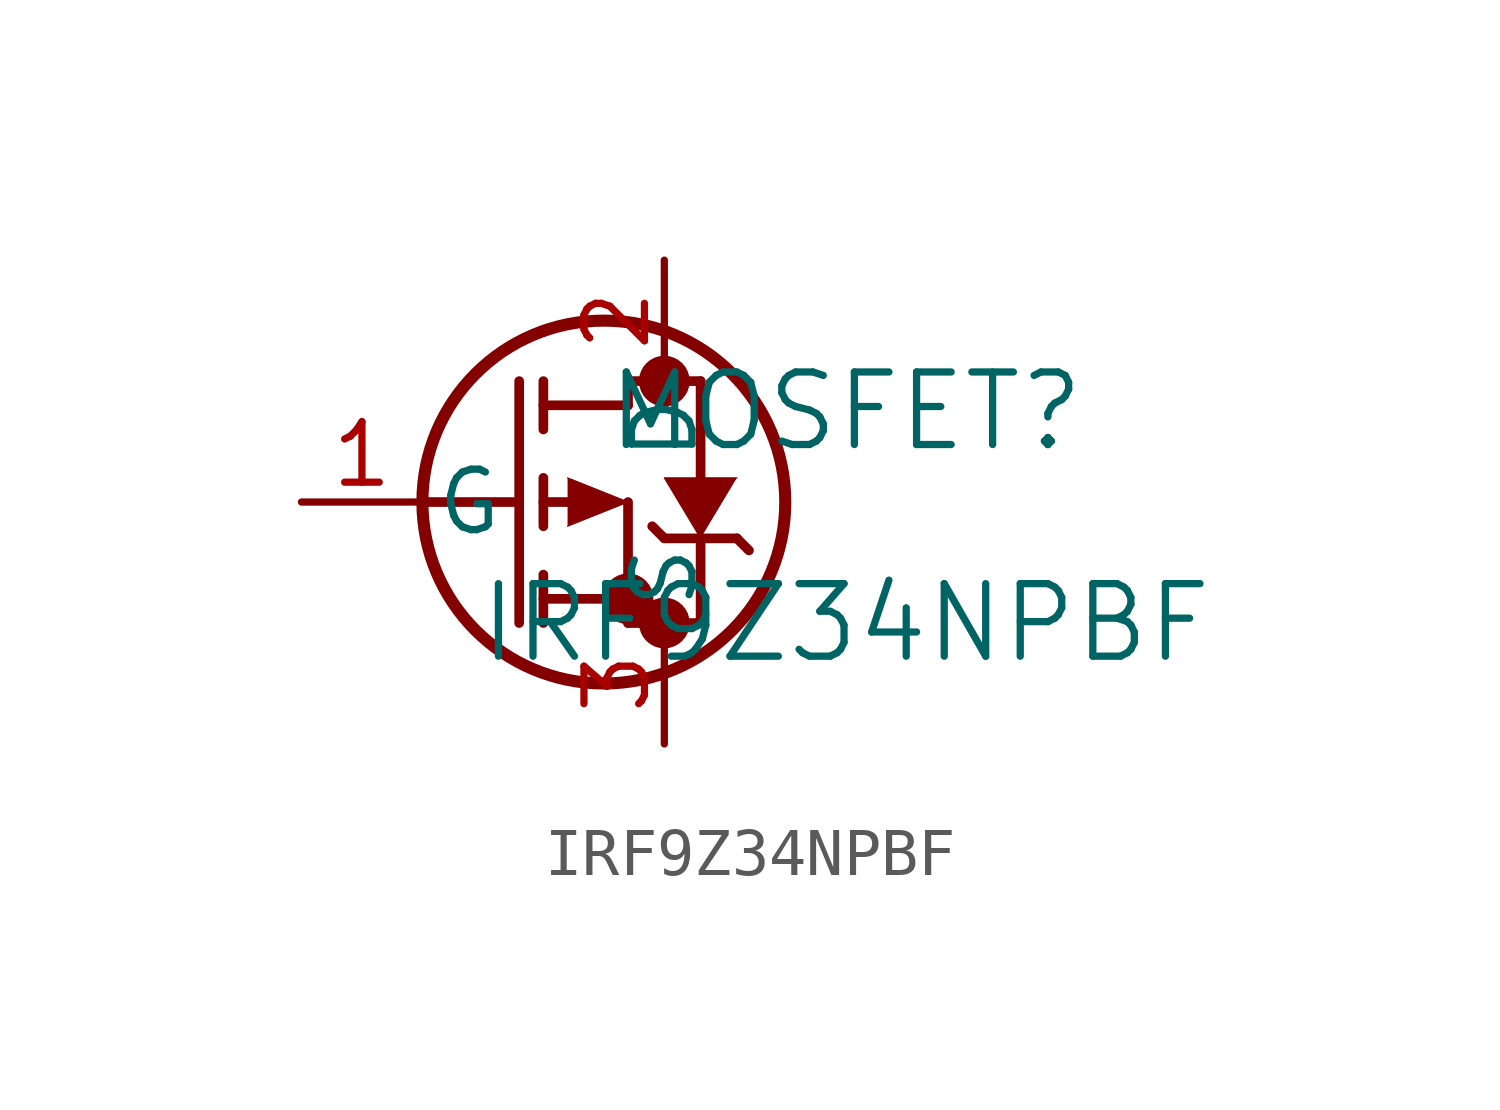
<source format=kicad_sym>
(kicad_symbol_lib
  (version 20211014)
  (generator kicad_symbol_editor)
  (symbol "IRF9Z34NPBF"
    (pin_names
      (offset 0.254))
    (property "Reference" "MOSFET"
      (at 11.43 1.905 0)
      (effects (font (size 1.524 1.524))))
    (property "Value" "IRF9Z34NPBF"
      (at 11.43 -2.54 0)
      (effects (font (size 1.524 1.524))))
    (symbol "IRF9Z34NPBF_0_1"
      (circle (center 7.62 2.54) (radius 0.025) (stroke (width 0.508) (type default) (color 0 0 0 0)) (fill (type none)))
      (circle (center 7.62 -2.54) (radius 0.025) (stroke (width 0.508) (type default) (color 0 0 0 0)) (fill (type none)))
      (circle (center 6.858 -2.032) (radius 0.025) (stroke (width 0.508) (type default) (color 0 0 0 0)) (fill (type none)))
      (circle (center 6.35 0) (radius 3.81) (stroke (width 0.254) (type default) (color 0 0 0 0)) (fill (type none)))
      (polyline (pts (xy 2.54 0) (xy 4.445 0)) (stroke (width 0.203) (type default) (color 0 0 0 0)) (fill (type none)))
      (polyline (pts (xy 4.572 -2.54) (xy 4.572 2.54)) (stroke (width 0.203) (type default) (color 0 0 0 0)) (fill (type none)))
      (polyline (pts (xy 5.08 -0.508) (xy 5.08 0.508)) (stroke (width 0.203) (type default) (color 0 0 0 0)) (fill (type none)))
      (polyline (pts (xy 5.08 -2.54) (xy 5.08 -1.524)) (stroke (width 0.203) (type default) (color 0 0 0 0)) (fill (type none)))
      (polyline (pts (xy 5.08 1.524) (xy 5.08 2.54)) (stroke (width 0.203) (type default) (color 0 0 0 0)) (fill (type none)))
      (polyline (pts (xy 5.588 0) (xy 5.08 0)) (stroke (width 0.203) (type default) (color 0 0 0 0)) (fill (type none)))
      (polyline (pts (xy 5.08 -2.032) (xy 6.858 -2.032)) (stroke (width 0.203) (type default) (color 0 0 0 0)) (fill (type none)))
      (polyline (pts (xy 6.858 -2.54) (xy 6.858 0)) (stroke (width 0.203) (type default) (color 0 0 0 0)) (fill (type none)))
      (polyline (pts (xy 6.858 -2.54) (xy 8.382 -2.54)) (stroke (width 0.203) (type default) (color 0 0 0 0)) (fill (type none)))
      (polyline (pts (xy 5.08 2.032) (xy 6.858 2.032)) (stroke (width 0.203) (type default) (color 0 0 0 0)) (fill (type none)))
      (polyline (pts (xy 8.382 0.508) (xy 8.382 2.54)) (stroke (width 0.203) (type default) (color 0 0 0 0)) (fill (type none)))
      (polyline (pts (xy 5.588 0.508) (xy 6.858 0) (xy 5.588 -0.508)) (stroke (width 0.025) (type default) (color 0 0 0 0)) (fill (type outline)))
      (polyline (pts (xy 7.366 -0.508) (xy 7.62 -0.762)) (stroke (width 0.203) (type default) (color 0 0 0 0)) (fill (type none)))
      (polyline (pts (xy 8.382 -2.54) (xy 8.382 -0.762)) (stroke (width 0.203) (type default) (color 0 0 0 0)) (fill (type none)))
      (polyline (pts (xy 9.144 -0.762) (xy 7.62 -0.762)) (stroke (width 0.203) (type default) (color 0 0 0 0)) (fill (type none)))
      (polyline (pts (xy 6.858 2.54) (xy 8.382 2.54)) (stroke (width 0.203) (type default) (color 0 0 0 0)) (fill (type none)))
      (polyline (pts (xy 6.858 2.032) (xy 6.858 2.54)) (stroke (width 0.203) (type default) (color 0 0 0 0)) (fill (type none)))
      (polyline (pts (xy 9.398 -1.016) (xy 9.144 -0.762)) (stroke (width 0.203) (type default) (color 0 0 0 0)) (fill (type none)))
      (polyline (pts (xy 9.144 0.508) (xy 7.62 0.508) (xy 8.382 -0.762)) (stroke (width 0.025) (type default) (color 0 0 0 0)) (fill (type outline)))
      (pin unspecified line (at 0 0 0) (length 2.54) (name "G" (effects (font (size 1.27 1.27)))) (number "1" (effects (font (size 1.27 1.27)))))
      (pin unspecified line (at 7.62 5.08 270) (length 2.54) (name "D" (effects (font (size 1.27 1.27)))) (number "2" (effects (font (size 1.27 1.27)))))
      (pin unspecified line (at 7.62 -5.08 90) (length 2.54) (name "S" (effects (font (size 1.27 1.27)))) (number "3" (effects (font (size 1.27 1.27))))))))
</source>
